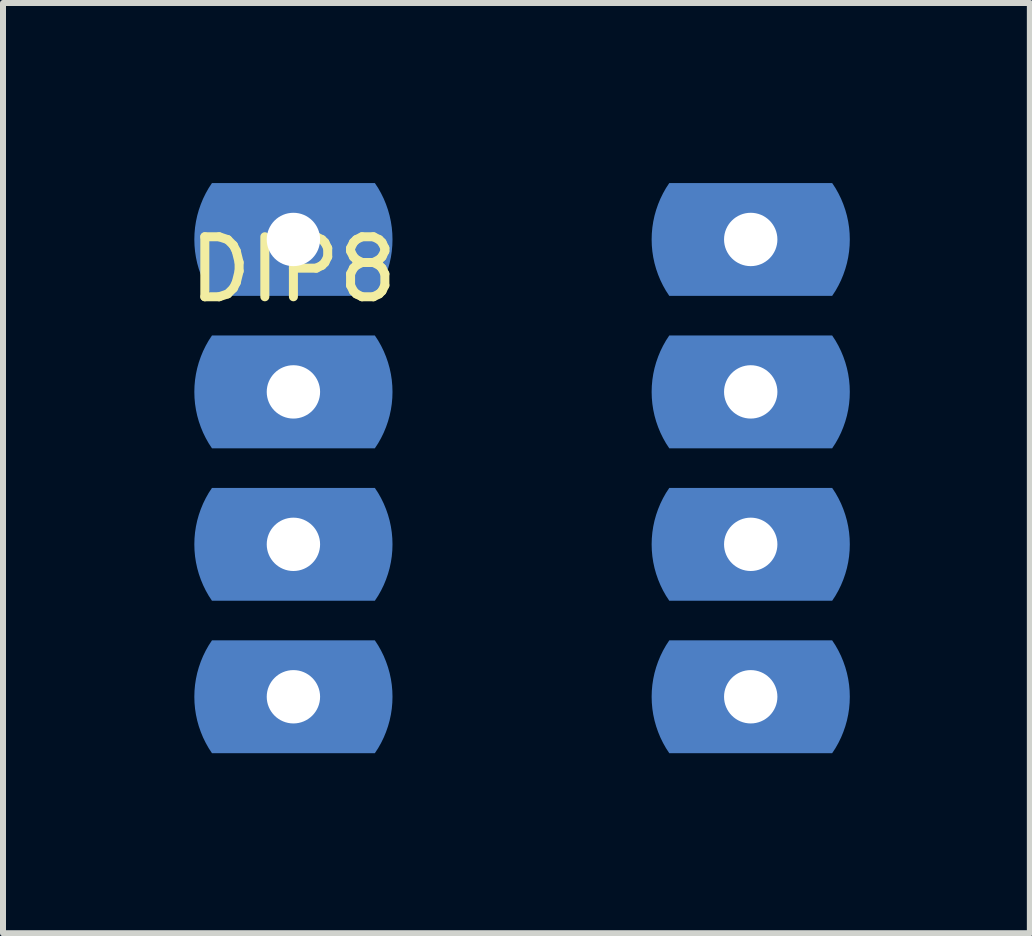
<source format=kicad_pcb>
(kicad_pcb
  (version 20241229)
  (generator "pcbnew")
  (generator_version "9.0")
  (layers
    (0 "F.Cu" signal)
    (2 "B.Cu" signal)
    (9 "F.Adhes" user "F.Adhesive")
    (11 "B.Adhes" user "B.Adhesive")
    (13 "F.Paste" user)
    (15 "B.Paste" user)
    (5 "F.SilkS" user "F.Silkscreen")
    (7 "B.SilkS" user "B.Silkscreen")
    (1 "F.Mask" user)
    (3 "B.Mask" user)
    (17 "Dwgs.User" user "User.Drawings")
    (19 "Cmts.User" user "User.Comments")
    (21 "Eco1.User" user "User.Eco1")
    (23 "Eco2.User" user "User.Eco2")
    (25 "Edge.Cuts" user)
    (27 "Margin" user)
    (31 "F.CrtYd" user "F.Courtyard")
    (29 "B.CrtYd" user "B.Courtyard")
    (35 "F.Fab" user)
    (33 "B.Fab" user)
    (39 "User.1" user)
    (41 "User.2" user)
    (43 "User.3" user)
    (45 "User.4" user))
  (footprint "DIP8"
    (layer "F.Cu")
    (at 1.839 0.94)
    (property "Reference" "DIP8" (at 0 0.5 0) (layer "F.SilkS") (effects (font (size 1 1) (thickness 0.15))))
    (attr through_hole)
    (pad "1" thru_hole custom (at 0 0) (size 1.829 1.321) (drill 0.889) (layers "*.Cu" "F.Mask") (options (anchor rect)) (primitives (gr_circle (center -0.914 0) (end -0.254 0) (width 0) (fill yes)) (gr_circle (center 0.914 0) (end 1.575 0) (width 0) (fill yes))))
    (pad "1" smd custom (at 0 0) (size 2.5 1.6) (layers "B.Cu" "B.Mask") (options (anchor rect)) (primitives (gr_poly (pts (xy -1.357 -0.94) (xy -1.412 -0.856) (xy -1.461 -0.769) (xy -1.505 -0.679) (xy -1.543 -0.587) (xy -1.576 -0.492) (xy -1.603 -0.396) (xy -1.624 -0.298) (xy -1.639 -0.2) (xy -1.648 -0.1) (xy -1.651 0) (xy -1.648 0.1) (xy -1.639 0.2) (xy -1.624 0.298) (xy -1.603 0.396) (xy -1.576 0.492) (xy -1.543 0.587) (xy -1.505 0.679) (xy -1.461 0.769) (xy -1.412 0.856) (xy -1.357 0.94) (xy 1.357 0.94) (xy 1.412 0.856) (xy 1.461 0.769) (xy 1.505 0.679) (xy 1.543 0.587) (xy 1.576 0.492) (xy 1.603 0.396) (xy 1.624 0.298) (xy 1.639 0.2) (xy 1.648 0.1) (xy 1.651 0) (xy 1.648 -0.1) (xy 1.639 -0.2) (xy 1.624 -0.298) (xy 1.603 -0.396) (xy 1.576 -0.492) (xy 1.543 -0.587) (xy 1.505 -0.679) (xy 1.461 -0.769) (xy 1.412 -0.856) (xy 1.357 -0.94)) (width 0) (fill yes))))
    (pad "2" thru_hole custom (at 0 2.54) (size 1.829 1.321) (drill 0.889) (layers "*.Cu" "F.Mask") (options (anchor rect)) (primitives (gr_circle (center -0.914 0) (end -0.254 0) (width 0) (fill yes)) (gr_circle (center 0.914 0) (end 1.575 0) (width 0) (fill yes))))
    (pad "2" smd custom (at 0 2.54) (size 2.5 1.6) (layers "B.Cu" "B.Mask") (options (anchor rect)) (primitives (gr_poly (pts (xy -1.357 -0.94) (xy -1.412 -0.856) (xy -1.461 -0.769) (xy -1.505 -0.679) (xy -1.543 -0.587) (xy -1.576 -0.492) (xy -1.603 -0.396) (xy -1.624 -0.298) (xy -1.639 -0.2) (xy -1.648 -0.1) (xy -1.651 0) (xy -1.648 0.1) (xy -1.639 0.2) (xy -1.624 0.298) (xy -1.603 0.396) (xy -1.576 0.492) (xy -1.543 0.587) (xy -1.505 0.679) (xy -1.461 0.769) (xy -1.412 0.856) (xy -1.357 0.94) (xy 1.357 0.94) (xy 1.412 0.856) (xy 1.461 0.769) (xy 1.505 0.679) (xy 1.543 0.587) (xy 1.576 0.492) (xy 1.603 0.396) (xy 1.624 0.298) (xy 1.639 0.2) (xy 1.648 0.1) (xy 1.651 0) (xy 1.648 -0.1) (xy 1.639 -0.2) (xy 1.624 -0.298) (xy 1.603 -0.396) (xy 1.576 -0.492) (xy 1.543 -0.587) (xy 1.505 -0.679) (xy 1.461 -0.769) (xy 1.412 -0.856) (xy 1.357 -0.94)) (width 0) (fill yes))))
    (pad "3" thru_hole custom (at 0 5.08) (size 1.829 1.321) (drill 0.889) (layers "*.Cu" "F.Mask") (options (anchor rect)) (primitives (gr_circle (center -0.914 0) (end -0.254 0) (width 0) (fill yes)) (gr_circle (center 0.914 0) (end 1.575 0) (width 0) (fill yes))))
    (pad "3" smd custom (at 0 5.08) (size 2.5 1.6) (layers "B.Cu" "B.Mask") (options (anchor rect)) (primitives (gr_poly (pts (xy -1.357 -0.94) (xy -1.412 -0.856) (xy -1.461 -0.769) (xy -1.505 -0.679) (xy -1.543 -0.587) (xy -1.576 -0.492) (xy -1.603 -0.396) (xy -1.624 -0.298) (xy -1.639 -0.2) (xy -1.648 -0.1) (xy -1.651 0) (xy -1.648 0.1) (xy -1.639 0.2) (xy -1.624 0.298) (xy -1.603 0.396) (xy -1.576 0.492) (xy -1.543 0.587) (xy -1.505 0.679) (xy -1.461 0.769) (xy -1.412 0.856) (xy -1.357 0.94) (xy 1.357 0.94) (xy 1.412 0.856) (xy 1.461 0.769) (xy 1.505 0.679) (xy 1.543 0.587) (xy 1.576 0.492) (xy 1.603 0.396) (xy 1.624 0.298) (xy 1.639 0.2) (xy 1.648 0.1) (xy 1.651 0) (xy 1.648 -0.1) (xy 1.639 -0.2) (xy 1.624 -0.298) (xy 1.603 -0.396) (xy 1.576 -0.492) (xy 1.543 -0.587) (xy 1.505 -0.679) (xy 1.461 -0.769) (xy 1.412 -0.856) (xy 1.357 -0.94)) (width 0) (fill yes))))
    (pad "4" thru_hole custom (at 0 7.62) (size 1.829 1.321) (drill 0.889) (layers "*.Cu" "F.Mask") (options (anchor rect)) (primitives (gr_circle (center -0.914 0) (end -0.254 0) (width 0) (fill yes)) (gr_circle (center 0.914 0) (end 1.575 0) (width 0) (fill yes))))
    (pad "4" smd custom (at 0 7.62) (size 2.5 1.6) (layers "B.Cu" "B.Mask") (options (anchor rect)) (primitives (gr_poly (pts (xy -1.357 -0.94) (xy -1.412 -0.856) (xy -1.461 -0.769) (xy -1.505 -0.679) (xy -1.543 -0.587) (xy -1.576 -0.492) (xy -1.603 -0.396) (xy -1.624 -0.298) (xy -1.639 -0.2) (xy -1.648 -0.1) (xy -1.651 0) (xy -1.648 0.1) (xy -1.639 0.2) (xy -1.624 0.298) (xy -1.603 0.396) (xy -1.576 0.492) (xy -1.543 0.587) (xy -1.505 0.679) (xy -1.461 0.769) (xy -1.412 0.856) (xy -1.357 0.94) (xy 1.357 0.94) (xy 1.412 0.856) (xy 1.461 0.769) (xy 1.505 0.679) (xy 1.543 0.587) (xy 1.576 0.492) (xy 1.603 0.396) (xy 1.624 0.298) (xy 1.639 0.2) (xy 1.648 0.1) (xy 1.651 0) (xy 1.648 -0.1) (xy 1.639 -0.2) (xy 1.624 -0.298) (xy 1.603 -0.396) (xy 1.576 -0.492) (xy 1.543 -0.587) (xy 1.505 -0.679) (xy 1.461 -0.769) (xy 1.412 -0.856) (xy 1.357 -0.94)) (width 0) (fill yes))))
    (pad "5" thru_hole custom (at 7.62 7.62) (size 1.829 1.321) (drill 0.889) (layers "*.Cu" "F.Mask") (options (anchor rect)) (primitives (gr_circle (center -0.914 0) (end -0.254 0) (width 0) (fill yes)) (gr_circle (center 0.914 0) (end 1.575 0) (width 0) (fill yes))))
    (pad "5" smd custom (at 7.62 7.62) (size 2.5 1.6) (layers "B.Cu" "B.Mask") (options (anchor rect)) (primitives (gr_poly (pts (xy -1.357 -0.94) (xy -1.412 -0.856) (xy -1.461 -0.769) (xy -1.505 -0.679) (xy -1.543 -0.587) (xy -1.576 -0.492) (xy -1.603 -0.396) (xy -1.624 -0.298) (xy -1.639 -0.2) (xy -1.648 -0.1) (xy -1.651 0) (xy -1.648 0.1) (xy -1.639 0.2) (xy -1.624 0.298) (xy -1.603 0.396) (xy -1.576 0.492) (xy -1.543 0.587) (xy -1.505 0.679) (xy -1.461 0.769) (xy -1.412 0.856) (xy -1.357 0.94) (xy 1.357 0.94) (xy 1.412 0.856) (xy 1.461 0.769) (xy 1.505 0.679) (xy 1.543 0.587) (xy 1.576 0.492) (xy 1.603 0.396) (xy 1.624 0.298) (xy 1.639 0.2) (xy 1.648 0.1) (xy 1.651 0) (xy 1.648 -0.1) (xy 1.639 -0.2) (xy 1.624 -0.298) (xy 1.603 -0.396) (xy 1.576 -0.492) (xy 1.543 -0.587) (xy 1.505 -0.679) (xy 1.461 -0.769) (xy 1.412 -0.856) (xy 1.357 -0.94)) (width 0) (fill yes))))
    (pad "6" thru_hole custom (at 7.62 5.08) (size 1.829 1.321) (drill 0.889) (layers "*.Cu" "F.Mask") (options (anchor rect)) (primitives (gr_circle (center -0.914 0) (end -0.254 0) (width 0) (fill yes)) (gr_circle (center 0.914 0) (end 1.575 0) (width 0) (fill yes))))
    (pad "6" smd custom (at 7.62 5.08) (size 2.5 1.6) (layers "B.Cu" "B.Mask") (options (anchor rect)) (primitives (gr_poly (pts (xy -1.357 -0.94) (xy -1.412 -0.856) (xy -1.461 -0.769) (xy -1.505 -0.679) (xy -1.543 -0.587) (xy -1.576 -0.492) (xy -1.603 -0.396) (xy -1.624 -0.298) (xy -1.639 -0.2) (xy -1.648 -0.1) (xy -1.651 0) (xy -1.648 0.1) (xy -1.639 0.2) (xy -1.624 0.298) (xy -1.603 0.396) (xy -1.576 0.492) (xy -1.543 0.587) (xy -1.505 0.679) (xy -1.461 0.769) (xy -1.412 0.856) (xy -1.357 0.94) (xy 1.357 0.94) (xy 1.412 0.856) (xy 1.461 0.769) (xy 1.505 0.679) (xy 1.543 0.587) (xy 1.576 0.492) (xy 1.603 0.396) (xy 1.624 0.298) (xy 1.639 0.2) (xy 1.648 0.1) (xy 1.651 0) (xy 1.648 -0.1) (xy 1.639 -0.2) (xy 1.624 -0.298) (xy 1.603 -0.396) (xy 1.576 -0.492) (xy 1.543 -0.587) (xy 1.505 -0.679) (xy 1.461 -0.769) (xy 1.412 -0.856) (xy 1.357 -0.94)) (width 0) (fill yes))))
    (pad "7" thru_hole custom (at 7.62 2.54) (size 1.829 1.321) (drill 0.889) (layers "*.Cu" "F.Mask") (options (anchor rect)) (primitives (gr_circle (center -0.914 0) (end -0.254 0) (width 0) (fill yes)) (gr_circle (center 0.914 0) (end 1.575 0) (width 0) (fill yes))))
    (pad "7" smd custom (at 7.62 2.54) (size 2.5 1.6) (layers "B.Cu" "B.Mask") (options (anchor rect)) (primitives (gr_poly (pts (xy -1.357 -0.94) (xy -1.412 -0.856) (xy -1.461 -0.769) (xy -1.505 -0.679) (xy -1.543 -0.587) (xy -1.576 -0.492) (xy -1.603 -0.396) (xy -1.624 -0.298) (xy -1.639 -0.2) (xy -1.648 -0.1) (xy -1.651 0) (xy -1.648 0.1) (xy -1.639 0.2) (xy -1.624 0.298) (xy -1.603 0.396) (xy -1.576 0.492) (xy -1.543 0.587) (xy -1.505 0.679) (xy -1.461 0.769) (xy -1.412 0.856) (xy -1.357 0.94) (xy 1.357 0.94) (xy 1.412 0.856) (xy 1.461 0.769) (xy 1.505 0.679) (xy 1.543 0.587) (xy 1.576 0.492) (xy 1.603 0.396) (xy 1.624 0.298) (xy 1.639 0.2) (xy 1.648 0.1) (xy 1.651 0) (xy 1.648 -0.1) (xy 1.639 -0.2) (xy 1.624 -0.298) (xy 1.603 -0.396) (xy 1.576 -0.492) (xy 1.543 -0.587) (xy 1.505 -0.679) (xy 1.461 -0.769) (xy 1.412 -0.856) (xy 1.357 -0.94)) (width 0) (fill yes))))
    (pad "8" thru_hole custom (at 7.62 0) (size 1.829 1.321) (drill 0.889) (layers "*.Cu" "F.Mask") (options (anchor rect)) (primitives (gr_circle (center -0.914 0) (end -0.254 0) (width 0) (fill yes)) (gr_circle (center 0.914 0) (end 1.575 0) (width 0) (fill yes))))
    (pad "8" smd custom (at 7.62 0) (size 2.5 1.6) (layers "B.Cu" "B.Mask") (options (anchor rect)) (primitives (gr_poly (pts (xy -1.357 -0.94) (xy -1.412 -0.856) (xy -1.461 -0.769) (xy -1.505 -0.679) (xy -1.543 -0.587) (xy -1.576 -0.492) (xy -1.603 -0.396) (xy -1.624 -0.298) (xy -1.639 -0.2) (xy -1.648 -0.1) (xy -1.651 0) (xy -1.648 0.1) (xy -1.639 0.2) (xy -1.624 0.298) (xy -1.603 0.396) (xy -1.576 0.492) (xy -1.543 0.587) (xy -1.505 0.679) (xy -1.461 0.769) (xy -1.412 0.856) (xy -1.357 0.94) (xy 1.357 0.94) (xy 1.412 0.856) (xy 1.461 0.769) (xy 1.505 0.679) (xy 1.543 0.587) (xy 1.576 0.492) (xy 1.603 0.396) (xy 1.624 0.298) (xy 1.639 0.2) (xy 1.648 0.1) (xy 1.651 0) (xy 1.648 -0.1) (xy 1.639 -0.2) (xy 1.624 -0.298) (xy 1.603 -0.396) (xy 1.576 -0.492) (xy 1.543 -0.587) (xy 1.505 -0.679) (xy 1.461 -0.769) (xy 1.412 -0.856) (xy 1.357 -0.94)) (width 0) (fill yes)))))
  (gr_rect
    (start -3 -3)
    (end 14.11 12.5)
    (stroke (width 0.1) (type default))
    (fill no)
    (layer "Edge.Cuts")))
</source>
